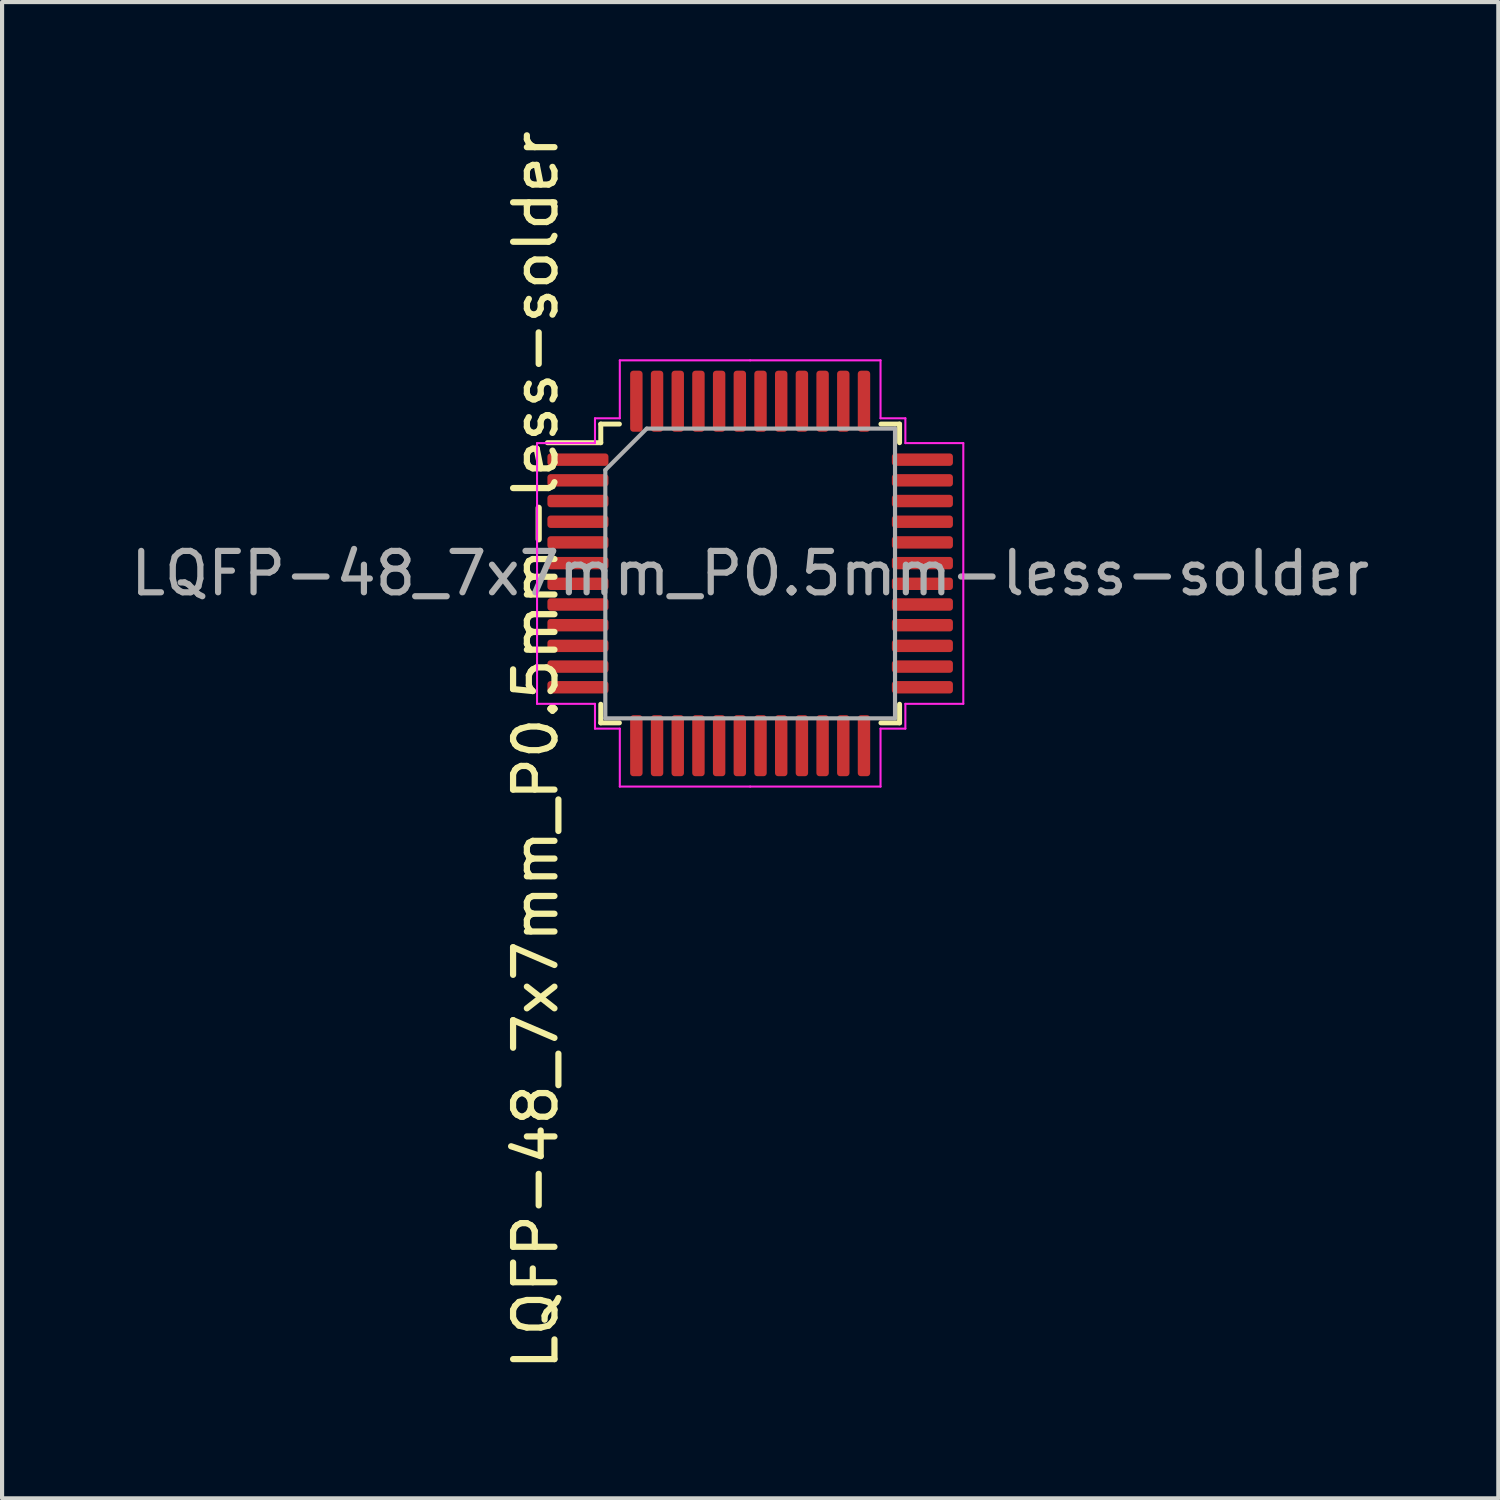
<source format=kicad_pcb>
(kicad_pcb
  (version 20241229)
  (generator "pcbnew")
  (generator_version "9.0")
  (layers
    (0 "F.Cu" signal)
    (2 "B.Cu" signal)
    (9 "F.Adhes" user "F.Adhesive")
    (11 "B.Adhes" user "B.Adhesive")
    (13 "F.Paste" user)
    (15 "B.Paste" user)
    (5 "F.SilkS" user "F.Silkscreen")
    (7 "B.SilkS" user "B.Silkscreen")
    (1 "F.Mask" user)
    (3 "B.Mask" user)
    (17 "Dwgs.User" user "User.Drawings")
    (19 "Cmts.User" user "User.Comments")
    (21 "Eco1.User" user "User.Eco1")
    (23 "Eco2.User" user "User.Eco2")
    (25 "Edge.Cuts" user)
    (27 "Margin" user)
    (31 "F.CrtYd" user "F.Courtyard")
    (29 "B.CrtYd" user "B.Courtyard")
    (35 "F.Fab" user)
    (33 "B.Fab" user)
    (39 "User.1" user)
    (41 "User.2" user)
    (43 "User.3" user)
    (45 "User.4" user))
  (footprint "LQFP-48_7x7mm_P0.5mm-less-solder"
    (layer "F.Cu")
    (at 15.077 10.807)
    (property "Reference" "LQFP-48_7x7mm_P0.5mm-less-solder" (at -5.184 4.27 270) (layer "F.SilkS") (effects (font (size 1 1) (thickness 0.15))))
    (attr smd)
    (fp_line (start -3.61 -3.61) (end -3.61 -3.16) (stroke (width 0.12) (type solid)) (layer "F.SilkS"))
    (fp_line (start -3.61 -3.16) (end -4.9 -3.16) (stroke (width 0.12) (type solid)) (layer "F.SilkS"))
    (fp_line (start -3.61 3.61) (end -3.61 3.16) (stroke (width 0.12) (type solid)) (layer "F.SilkS"))
    (fp_line (start -3.16 -3.61) (end -3.61 -3.61) (stroke (width 0.12) (type solid)) (layer "F.SilkS"))
    (fp_line (start -3.16 3.61) (end -3.61 3.61) (stroke (width 0.12) (type solid)) (layer "F.SilkS"))
    (fp_line (start 3.16 -3.61) (end 3.61 -3.61) (stroke (width 0.12) (type solid)) (layer "F.SilkS"))
    (fp_line (start 3.16 3.61) (end 3.61 3.61) (stroke (width 0.12) (type solid)) (layer "F.SilkS"))
    (fp_line (start 3.61 -3.61) (end 3.61 -3.16) (stroke (width 0.12) (type solid)) (layer "F.SilkS"))
    (fp_line (start 3.61 3.61) (end 3.61 3.16) (stroke (width 0.12) (type solid)) (layer "F.SilkS"))
    (fp_line (start -5.15 -3.15) (end -5.15 0) (stroke (width 0.05) (type solid)) (layer "F.CrtYd"))
    (fp_line (start -5.15 3.15) (end -5.15 0) (stroke (width 0.05) (type solid)) (layer "F.CrtYd"))
    (fp_line (start -3.75 -3.75) (end -3.75 -3.15) (stroke (width 0.05) (type solid)) (layer "F.CrtYd"))
    (fp_line (start -3.75 -3.15) (end -5.15 -3.15) (stroke (width 0.05) (type solid)) (layer "F.CrtYd"))
    (fp_line (start -3.75 3.15) (end -5.15 3.15) (stroke (width 0.05) (type solid)) (layer "F.CrtYd"))
    (fp_line (start -3.75 3.75) (end -3.75 3.15) (stroke (width 0.05) (type solid)) (layer "F.CrtYd"))
    (fp_line (start -3.15 -5.15) (end -3.15 -3.75) (stroke (width 0.05) (type solid)) (layer "F.CrtYd"))
    (fp_line (start -3.15 -3.75) (end -3.75 -3.75) (stroke (width 0.05) (type solid)) (layer "F.CrtYd"))
    (fp_line (start -3.15 3.75) (end -3.75 3.75) (stroke (width 0.05) (type solid)) (layer "F.CrtYd"))
    (fp_line (start -3.15 5.15) (end -3.15 3.75) (stroke (width 0.05) (type solid)) (layer "F.CrtYd"))
    (fp_line (start 0 -5.15) (end -3.15 -5.15) (stroke (width 0.05) (type solid)) (layer "F.CrtYd"))
    (fp_line (start 0 -5.15) (end 3.15 -5.15) (stroke (width 0.05) (type solid)) (layer "F.CrtYd"))
    (fp_line (start 0 5.15) (end -3.15 5.15) (stroke (width 0.05) (type solid)) (layer "F.CrtYd"))
    (fp_line (start 0 5.15) (end 3.15 5.15) (stroke (width 0.05) (type solid)) (layer "F.CrtYd"))
    (fp_line (start 3.15 -5.15) (end 3.15 -3.75) (stroke (width 0.05) (type solid)) (layer "F.CrtYd"))
    (fp_line (start 3.15 -3.75) (end 3.75 -3.75) (stroke (width 0.05) (type solid)) (layer "F.CrtYd"))
    (fp_line (start 3.15 3.75) (end 3.75 3.75) (stroke (width 0.05) (type solid)) (layer "F.CrtYd"))
    (fp_line (start 3.15 5.15) (end 3.15 3.75) (stroke (width 0.05) (type solid)) (layer "F.CrtYd"))
    (fp_line (start 3.75 -3.75) (end 3.75 -3.15) (stroke (width 0.05) (type solid)) (layer "F.CrtYd"))
    (fp_line (start 3.75 -3.15) (end 5.15 -3.15) (stroke (width 0.05) (type solid)) (layer "F.CrtYd"))
    (fp_line (start 3.75 3.15) (end 5.15 3.15) (stroke (width 0.05) (type solid)) (layer "F.CrtYd"))
    (fp_line (start 3.75 3.75) (end 3.75 3.15) (stroke (width 0.05) (type solid)) (layer "F.CrtYd"))
    (fp_line (start 5.15 -3.15) (end 5.15 0) (stroke (width 0.05) (type solid)) (layer "F.CrtYd"))
    (fp_line (start 5.15 3.15) (end 5.15 0) (stroke (width 0.05) (type solid)) (layer "F.CrtYd"))
    (fp_line (start -3.5 -2.5) (end -2.5 -3.5) (stroke (width 0.1) (type solid)) (layer "F.Fab"))
    (fp_line (start -3.5 3.5) (end -3.5 -2.5) (stroke (width 0.1) (type solid)) (layer "F.Fab"))
    (fp_line (start -2.5 -3.5) (end 3.5 -3.5) (stroke (width 0.1) (type solid)) (layer "F.Fab"))
    (fp_line (start 3.5 -3.5) (end 3.5 3.5) (stroke (width 0.1) (type solid)) (layer "F.Fab"))
    (fp_line (start 3.5 3.5) (end -3.5 3.5) (stroke (width 0.1) (type solid)) (layer "F.Fab"))
    (fp_text user "${REFERENCE}" (at 0 0 180) (layer "F.Fab") (effects (font (size 1 1) (thickness 0.15))))
    (pad "1" smd roundrect (at -4.162 -2.75 180) (size 1.475 0.3) (layers "F.Cu" "F.Mask" "F.Paste") (roundrect_rratio 0.25))
    (pad "2" smd roundrect (at -4.162 -2.25) (size 1.475 0.3) (layers "F.Cu" "F.Mask" "F.Paste") (roundrect_rratio 0.25))
    (pad "3" smd roundrect (at -4.162 -1.75) (size 1.475 0.3) (layers "F.Cu" "F.Mask" "F.Paste") (roundrect_rratio 0.25))
    (pad "4" smd roundrect (at -4.162 -1.25) (size 1.475 0.3) (layers "F.Cu" "F.Mask" "F.Paste") (roundrect_rratio 0.25))
    (pad "5" smd roundrect (at -4.162 -0.75) (size 1.475 0.3) (layers "F.Cu" "F.Mask" "F.Paste") (roundrect_rratio 0.25))
    (pad "6" smd roundrect (at -4.162 -0.25) (size 1.475 0.3) (layers "F.Cu" "F.Mask" "F.Paste") (roundrect_rratio 0.25))
    (pad "7" smd roundrect (at -4.162 0.25) (size 1.475 0.3) (layers "F.Cu" "F.Mask" "F.Paste") (roundrect_rratio 0.25))
    (pad "8" smd roundrect (at -4.162 0.75) (size 1.475 0.3) (layers "F.Cu" "F.Mask" "F.Paste") (roundrect_rratio 0.25))
    (pad "9" smd roundrect (at -4.162 1.25) (size 1.475 0.3) (layers "F.Cu" "F.Mask" "F.Paste") (roundrect_rratio 0.25))
    (pad "10" smd roundrect (at -4.162 1.75) (size 1.475 0.3) (layers "F.Cu" "F.Mask" "F.Paste") (roundrect_rratio 0.25))
    (pad "11" smd roundrect (at -4.162 2.25) (size 1.475 0.3) (layers "F.Cu" "F.Mask" "F.Paste") (roundrect_rratio 0.25))
    (pad "12" smd roundrect (at -4.162 2.75) (size 1.475 0.3) (layers "F.Cu" "F.Mask" "F.Paste") (roundrect_rratio 0.25))
    (pad "13" smd roundrect (at -2.75 4.162) (size 0.3 1.475) (layers "F.Cu" "F.Mask" "F.Paste") (roundrect_rratio 0.25))
    (pad "14" smd roundrect (at -2.25 4.162) (size 0.3 1.475) (layers "F.Cu" "F.Mask" "F.Paste") (roundrect_rratio 0.25))
    (pad "15" smd roundrect (at -1.75 4.162) (size 0.3 1.475) (layers "F.Cu" "F.Mask" "F.Paste") (roundrect_rratio 0.25))
    (pad "16" smd roundrect (at -1.25 4.162) (size 0.3 1.475) (layers "F.Cu" "F.Mask" "F.Paste") (roundrect_rratio 0.25))
    (pad "17" smd roundrect (at -0.75 4.162) (size 0.3 1.475) (layers "F.Cu" "F.Mask" "F.Paste") (roundrect_rratio 0.25))
    (pad "18" smd roundrect (at -0.25 4.162) (size 0.3 1.475) (layers "F.Cu" "F.Mask" "F.Paste") (roundrect_rratio 0.25))
    (pad "19" smd roundrect (at 0.25 4.162) (size 0.3 1.475) (layers "F.Cu" "F.Mask" "F.Paste") (roundrect_rratio 0.25))
    (pad "20" smd roundrect (at 0.75 4.162) (size 0.3 1.475) (layers "F.Cu" "F.Mask" "F.Paste") (roundrect_rratio 0.25))
    (pad "21" smd roundrect (at 1.25 4.162) (size 0.3 1.475) (layers "F.Cu" "F.Mask" "F.Paste") (roundrect_rratio 0.25))
    (pad "22" smd roundrect (at 1.75 4.162) (size 0.3 1.475) (layers "F.Cu" "F.Mask" "F.Paste") (roundrect_rratio 0.25))
    (pad "23" smd roundrect (at 2.25 4.162) (size 0.3 1.475) (layers "F.Cu" "F.Mask" "F.Paste") (roundrect_rratio 0.25))
    (pad "24" smd roundrect (at 2.75 4.162) (size 0.3 1.475) (layers "F.Cu" "F.Mask" "F.Paste") (roundrect_rratio 0.25))
    (pad "25" smd roundrect (at 4.162 2.75) (size 1.475 0.3) (layers "F.Cu" "F.Mask" "F.Paste") (roundrect_rratio 0.25))
    (pad "26" smd roundrect (at 4.162 2.25) (size 1.475 0.3) (layers "F.Cu" "F.Mask" "F.Paste") (roundrect_rratio 0.25))
    (pad "27" smd roundrect (at 4.162 1.75) (size 1.475 0.3) (layers "F.Cu" "F.Mask" "F.Paste") (roundrect_rratio 0.25))
    (pad "28" smd roundrect (at 4.162 1.25) (size 1.475 0.3) (layers "F.Cu" "F.Mask" "F.Paste") (roundrect_rratio 0.25))
    (pad "29" smd roundrect (at 4.162 0.75) (size 1.475 0.3) (layers "F.Cu" "F.Mask" "F.Paste") (roundrect_rratio 0.25))
    (pad "30" smd roundrect (at 4.162 0.25) (size 1.475 0.3) (layers "F.Cu" "F.Mask" "F.Paste") (roundrect_rratio 0.25))
    (pad "31" smd roundrect (at 4.162 -0.25) (size 1.475 0.3) (layers "F.Cu" "F.Mask" "F.Paste") (roundrect_rratio 0.25))
    (pad "32" smd roundrect (at 4.162 -0.75) (size 1.475 0.3) (layers "F.Cu" "F.Mask" "F.Paste") (roundrect_rratio 0.25))
    (pad "33" smd roundrect (at 4.162 -1.25) (size 1.475 0.3) (layers "F.Cu" "F.Mask" "F.Paste") (roundrect_rratio 0.25))
    (pad "34" smd roundrect (at 4.162 -1.75) (size 1.475 0.3) (layers "F.Cu" "F.Mask" "F.Paste") (roundrect_rratio 0.25))
    (pad "35" smd roundrect (at 4.162 -2.25) (size 1.475 0.3) (layers "F.Cu" "F.Mask" "F.Paste") (roundrect_rratio 0.25))
    (pad "36" smd roundrect (at 4.162 -2.75) (size 1.475 0.3) (layers "F.Cu" "F.Mask" "F.Paste") (roundrect_rratio 0.25))
    (pad "37" smd roundrect (at 2.75 -4.162) (size 0.3 1.475) (layers "F.Cu" "F.Mask" "F.Paste") (roundrect_rratio 0.25))
    (pad "38" smd roundrect (at 2.25 -4.162) (size 0.3 1.475) (layers "F.Cu" "F.Mask" "F.Paste") (roundrect_rratio 0.25))
    (pad "39" smd roundrect (at 1.75 -4.162) (size 0.3 1.475) (layers "F.Cu" "F.Mask" "F.Paste") (roundrect_rratio 0.25))
    (pad "40" smd roundrect (at 1.25 -4.162) (size 0.3 1.475) (layers "F.Cu" "F.Mask" "F.Paste") (roundrect_rratio 0.25))
    (pad "41" smd roundrect (at 0.75 -4.162) (size 0.3 1.475) (layers "F.Cu" "F.Mask" "F.Paste") (roundrect_rratio 0.25))
    (pad "42" smd roundrect (at 0.25 -4.162) (size 0.3 1.475) (layers "F.Cu" "F.Mask" "F.Paste") (roundrect_rratio 0.25))
    (pad "43" smd roundrect (at -0.25 -4.162) (size 0.3 1.475) (layers "F.Cu" "F.Mask" "F.Paste") (roundrect_rratio 0.25))
    (pad "44" smd roundrect (at -0.75 -4.162) (size 0.3 1.475) (layers "F.Cu" "F.Mask" "F.Paste") (roundrect_rratio 0.25))
    (pad "45" smd roundrect (at -1.25 -4.162) (size 0.3 1.475) (layers "F.Cu" "F.Mask" "F.Paste") (roundrect_rratio 0.25))
    (pad "46" smd roundrect (at -1.75 -4.162) (size 0.3 1.475) (layers "F.Cu" "F.Mask" "F.Paste") (roundrect_rratio 0.25))
    (pad "47" smd roundrect (at -2.25 -4.162) (size 0.3 1.475) (layers "F.Cu" "F.Mask" "F.Paste") (roundrect_rratio 0.25))
    (pad "48" smd roundrect (at -2.75 -4.162) (size 0.3 1.475) (layers "F.Cu" "F.Mask" "F.Paste") (roundrect_rratio 0.25)))
  (gr_rect
    (start -3 -3)
    (end 33.155 33.155)
    (stroke (width 0.1) (type default))
    (fill no)
    (layer "Edge.Cuts")))
</source>
